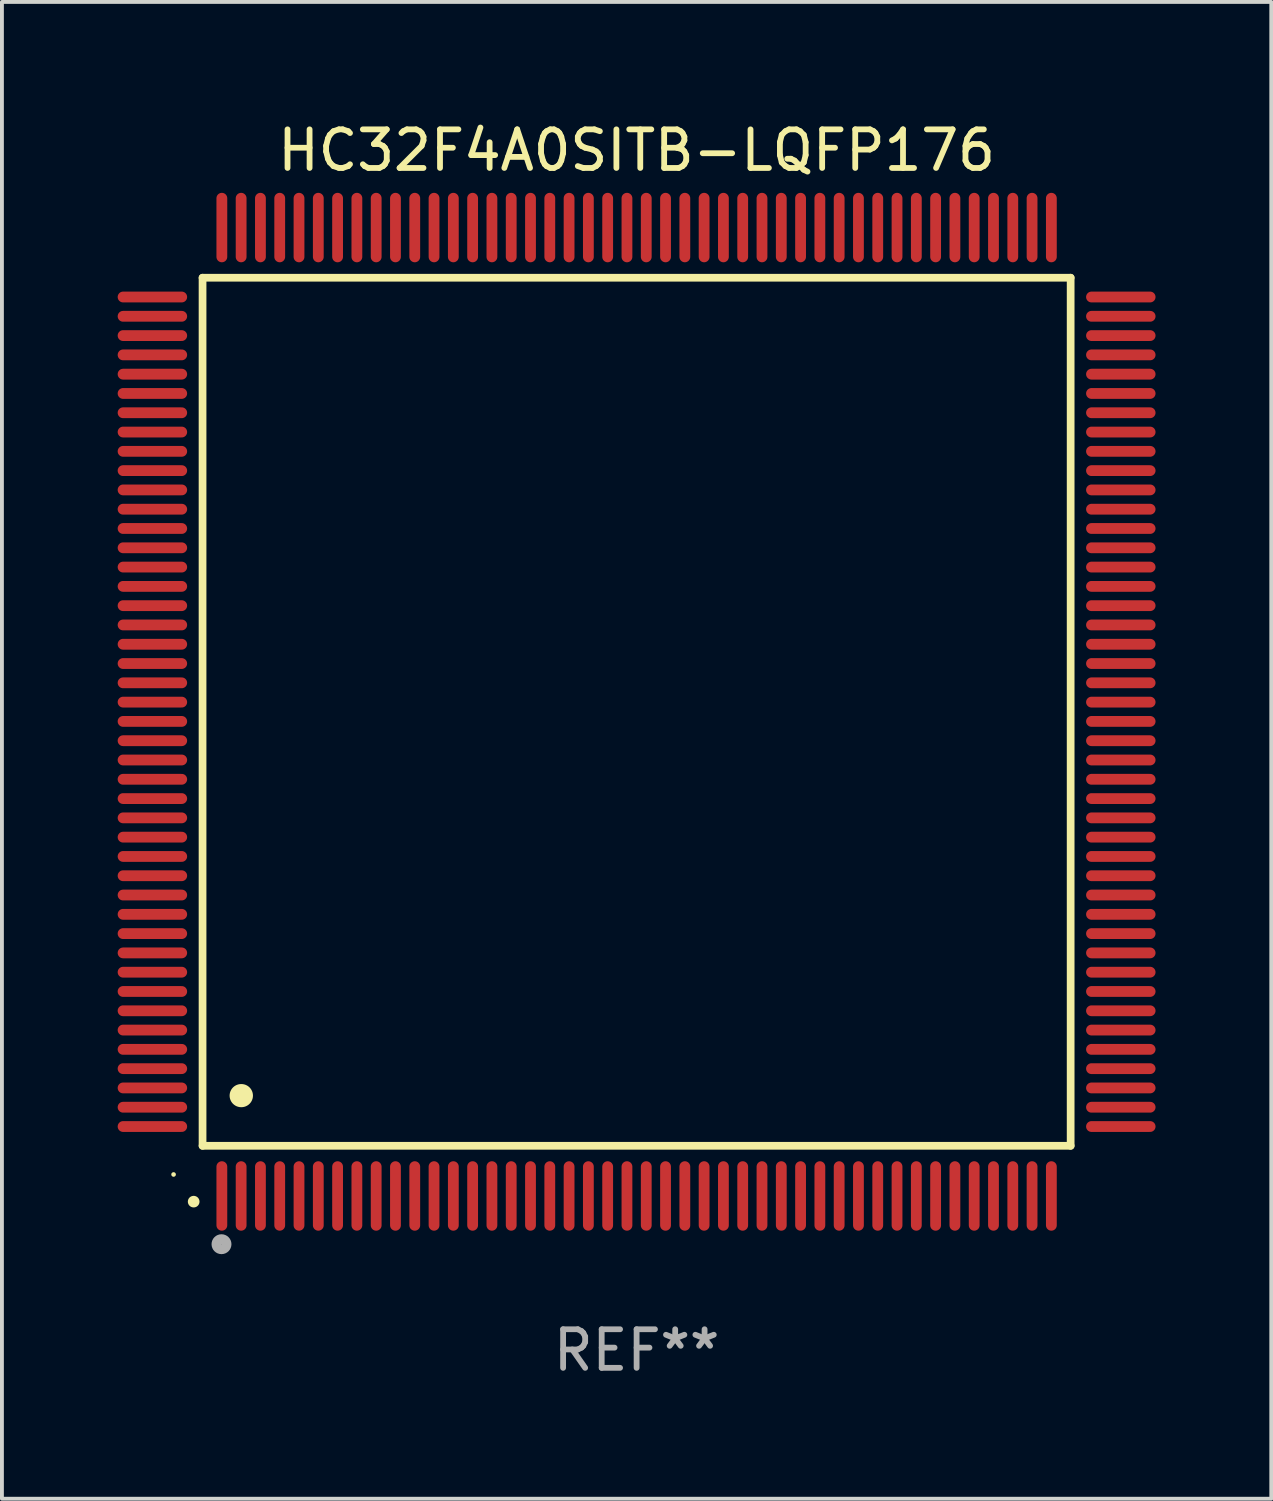
<source format=kicad_pcb>
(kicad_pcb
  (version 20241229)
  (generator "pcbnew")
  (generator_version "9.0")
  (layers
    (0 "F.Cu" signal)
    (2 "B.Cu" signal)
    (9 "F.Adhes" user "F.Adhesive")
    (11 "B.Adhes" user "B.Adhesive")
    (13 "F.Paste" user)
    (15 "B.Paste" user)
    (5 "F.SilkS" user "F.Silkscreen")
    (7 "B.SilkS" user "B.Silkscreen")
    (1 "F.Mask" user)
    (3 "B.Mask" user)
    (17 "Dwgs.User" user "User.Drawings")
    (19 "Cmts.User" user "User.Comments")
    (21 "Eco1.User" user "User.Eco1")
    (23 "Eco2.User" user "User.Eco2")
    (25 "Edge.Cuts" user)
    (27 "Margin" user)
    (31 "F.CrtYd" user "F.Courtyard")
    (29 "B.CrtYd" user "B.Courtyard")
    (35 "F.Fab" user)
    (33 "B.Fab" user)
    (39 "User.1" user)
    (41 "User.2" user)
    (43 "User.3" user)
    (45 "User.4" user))
  (footprint "HC32F4A0SITB-LQFP176"
    (layer "F.Cu")
    (at 13.45 15.398)
    (property "Reference" "HC32F4A0SITB-LQFP176" (at 0 -14.55 0) (layer "F.SilkS") (effects (font (size 1 1) (thickness 0.15))))
    (attr through_hole)
    (fp_line (start -11.25 -11.25) (end 11.25 -11.25) (stroke (width 0.2) (type solid)) (layer "F.SilkS"))
    (fp_line (start -11.25 11.25) (end -11.25 -11.25) (stroke (width 0.2) (type solid)) (layer "F.SilkS"))
    (fp_line (start 11.25 -11.25) (end 11.25 11.25) (stroke (width 0.2) (type solid)) (layer "F.SilkS"))
    (fp_line (start 11.25 11.25) (end -11.25 11.25) (stroke (width 0.2) (type solid)) (layer "F.SilkS"))
    (fp_arc (start -11.481382 12.697206) (mid -11.480112 12.697201) (end -11.478842 12.697206) (stroke (width 0.3) (type solid)) (layer "F.SilkS"))
    (fp_arc (start -10.24892 9.9492) (mid -10.24638 9.949189) (end -10.24384 9.9492) (stroke (width 0.6) (type solid)) (layer "F.SilkS"))
    (fp_circle (center -12.001 11.993) (end -11.971 11.993) (stroke (width 0.06) (type solid)) (fill no) (layer "F.SilkS"))
    (fp_circle (center -10.759 13.8) (end -10.628 13.8) (stroke (width 0.254) (type solid)) (fill no) (layer "F.Fab"))
    (fp_text user "REF**" (at 0 16.55 0) (layer "F.Fab") (effects (font (size 1 1) (thickness 0.15))))
    (pad "1" smd oval (at -10.75 12.55 180) (size 0.28 1.8) (layers "F.Cu" "F.Mask" "F.Paste"))
    (pad "2" smd oval (at -10.25 12.55 180) (size 0.28 1.8) (layers "F.Cu" "F.Mask" "F.Paste"))
    (pad "3" smd oval (at -9.75 12.55 180) (size 0.28 1.8) (layers "F.Cu" "F.Mask" "F.Paste"))
    (pad "4" smd oval (at -9.25 12.55 180) (size 0.28 1.8) (layers "F.Cu" "F.Mask" "F.Paste"))
    (pad "5" smd oval (at -8.75 12.55 180) (size 0.28 1.8) (layers "F.Cu" "F.Mask" "F.Paste"))
    (pad "6" smd oval (at -8.25 12.55 180) (size 0.28 1.8) (layers "F.Cu" "F.Mask" "F.Paste"))
    (pad "7" smd oval (at -7.75 12.55 180) (size 0.28 1.8) (layers "F.Cu" "F.Mask" "F.Paste"))
    (pad "8" smd oval (at -7.25 12.55 180) (size 0.28 1.8) (layers "F.Cu" "F.Mask" "F.Paste"))
    (pad "9" smd oval (at -6.75 12.55 180) (size 0.28 1.8) (layers "F.Cu" "F.Mask" "F.Paste"))
    (pad "10" smd oval (at -6.25 12.55 180) (size 0.28 1.8) (layers "F.Cu" "F.Mask" "F.Paste"))
    (pad "11" smd oval (at -5.75 12.55 180) (size 0.28 1.8) (layers "F.Cu" "F.Mask" "F.Paste"))
    (pad "12" smd oval (at -5.25 12.55 180) (size 0.28 1.8) (layers "F.Cu" "F.Mask" "F.Paste"))
    (pad "13" smd oval (at -4.75 12.55 180) (size 0.28 1.8) (layers "F.Cu" "F.Mask" "F.Paste"))
    (pad "14" smd oval (at -4.25 12.55 180) (size 0.28 1.8) (layers "F.Cu" "F.Mask" "F.Paste"))
    (pad "15" smd oval (at -3.75 12.55 180) (size 0.28 1.8) (layers "F.Cu" "F.Mask" "F.Paste"))
    (pad "16" smd oval (at -3.25 12.55 180) (size 0.28 1.8) (layers "F.Cu" "F.Mask" "F.Paste"))
    (pad "17" smd oval (at -2.75 12.55 180) (size 0.28 1.8) (layers "F.Cu" "F.Mask" "F.Paste"))
    (pad "18" smd oval (at -2.25 12.55 180) (size 0.28 1.8) (layers "F.Cu" "F.Mask" "F.Paste"))
    (pad "19" smd oval (at -1.75 12.55 180) (size 0.28 1.8) (layers "F.Cu" "F.Mask" "F.Paste"))
    (pad "20" smd oval (at -1.25 12.55 180) (size 0.28 1.8) (layers "F.Cu" "F.Mask" "F.Paste"))
    (pad "21" smd oval (at -0.75 12.55 180) (size 0.28 1.8) (layers "F.Cu" "F.Mask" "F.Paste"))
    (pad "22" smd oval (at -0.25 12.55 180) (size 0.28 1.8) (layers "F.Cu" "F.Mask" "F.Paste"))
    (pad "23" smd oval (at 0.25 12.55 180) (size 0.28 1.8) (layers "F.Cu" "F.Mask" "F.Paste"))
    (pad "24" smd oval (at 0.75 12.55 180) (size 0.28 1.8) (layers "F.Cu" "F.Mask" "F.Paste"))
    (pad "25" smd oval (at 1.25 12.55 180) (size 0.28 1.8) (layers "F.Cu" "F.Mask" "F.Paste"))
    (pad "26" smd oval (at 1.75 12.55 180) (size 0.28 1.8) (layers "F.Cu" "F.Mask" "F.Paste"))
    (pad "27" smd oval (at 2.25 12.55 180) (size 0.28 1.8) (layers "F.Cu" "F.Mask" "F.Paste"))
    (pad "28" smd oval (at 2.75 12.55 180) (size 0.28 1.8) (layers "F.Cu" "F.Mask" "F.Paste"))
    (pad "29" smd oval (at 3.25 12.55 180) (size 0.28 1.8) (layers "F.Cu" "F.Mask" "F.Paste"))
    (pad "30" smd oval (at 3.75 12.55 180) (size 0.28 1.8) (layers "F.Cu" "F.Mask" "F.Paste"))
    (pad "31" smd oval (at 4.25 12.55 180) (size 0.28 1.8) (layers "F.Cu" "F.Mask" "F.Paste"))
    (pad "32" smd oval (at 4.75 12.55 180) (size 0.28 1.8) (layers "F.Cu" "F.Mask" "F.Paste"))
    (pad "33" smd oval (at 5.25 12.55 180) (size 0.28 1.8) (layers "F.Cu" "F.Mask" "F.Paste"))
    (pad "34" smd oval (at 5.75 12.55 180) (size 0.28 1.8) (layers "F.Cu" "F.Mask" "F.Paste"))
    (pad "35" smd oval (at 6.25 12.55 180) (size 0.28 1.8) (layers "F.Cu" "F.Mask" "F.Paste"))
    (pad "36" smd oval (at 6.75 12.55 180) (size 0.28 1.8) (layers "F.Cu" "F.Mask" "F.Paste"))
    (pad "37" smd oval (at 7.25 12.55 180) (size 0.28 1.8) (layers "F.Cu" "F.Mask" "F.Paste"))
    (pad "38" smd oval (at 7.75 12.55 180) (size 0.28 1.8) (layers "F.Cu" "F.Mask" "F.Paste"))
    (pad "39" smd oval (at 8.25 12.55 180) (size 0.28 1.8) (layers "F.Cu" "F.Mask" "F.Paste"))
    (pad "40" smd oval (at 8.75 12.55 180) (size 0.28 1.8) (layers "F.Cu" "F.Mask" "F.Paste"))
    (pad "41" smd oval (at 9.25 12.55 180) (size 0.28 1.8) (layers "F.Cu" "F.Mask" "F.Paste"))
    (pad "42" smd oval (at 9.75 12.55 180) (size 0.28 1.8) (layers "F.Cu" "F.Mask" "F.Paste"))
    (pad "43" smd oval (at 10.25 12.55 180) (size 0.28 1.8) (layers "F.Cu" "F.Mask" "F.Paste"))
    (pad "44" smd oval (at 10.75 12.55 180) (size 0.28 1.8) (layers "F.Cu" "F.Mask" "F.Paste"))
    (pad "45" smd oval (at 12.55 10.75 90) (size 0.28 1.8) (layers "F.Cu" "F.Mask" "F.Paste"))
    (pad "46" smd oval (at 12.55 10.25 90) (size 0.28 1.8) (layers "F.Cu" "F.Mask" "F.Paste"))
    (pad "47" smd oval (at 12.55 9.75 90) (size 0.28 1.8) (layers "F.Cu" "F.Mask" "F.Paste"))
    (pad "48" smd oval (at 12.55 9.25 90) (size 0.28 1.8) (layers "F.Cu" "F.Mask" "F.Paste"))
    (pad "49" smd oval (at 12.55 8.75 90) (size 0.28 1.8) (layers "F.Cu" "F.Mask" "F.Paste"))
    (pad "50" smd oval (at 12.55 8.25 90) (size 0.28 1.8) (layers "F.Cu" "F.Mask" "F.Paste"))
    (pad "51" smd oval (at 12.55 7.75 90) (size 0.28 1.8) (layers "F.Cu" "F.Mask" "F.Paste"))
    (pad "52" smd oval (at 12.55 7.25 90) (size 0.28 1.8) (layers "F.Cu" "F.Mask" "F.Paste"))
    (pad "53" smd oval (at 12.55 6.75 90) (size 0.28 1.8) (layers "F.Cu" "F.Mask" "F.Paste"))
    (pad "54" smd oval (at 12.55 6.25 90) (size 0.28 1.8) (layers "F.Cu" "F.Mask" "F.Paste"))
    (pad "55" smd oval (at 12.55 5.75 90) (size 0.28 1.8) (layers "F.Cu" "F.Mask" "F.Paste"))
    (pad "56" smd oval (at 12.55 5.25 90) (size 0.28 1.8) (layers "F.Cu" "F.Mask" "F.Paste"))
    (pad "57" smd oval (at 12.55 4.75 90) (size 0.28 1.8) (layers "F.Cu" "F.Mask" "F.Paste"))
    (pad "58" smd oval (at 12.55 4.25 90) (size 0.28 1.8) (layers "F.Cu" "F.Mask" "F.Paste"))
    (pad "59" smd oval (at 12.55 3.75 90) (size 0.28 1.8) (layers "F.Cu" "F.Mask" "F.Paste"))
    (pad "60" smd oval (at 12.55 3.25 90) (size 0.28 1.8) (layers "F.Cu" "F.Mask" "F.Paste"))
    (pad "61" smd oval (at 12.55 2.75 90) (size 0.28 1.8) (layers "F.Cu" "F.Mask" "F.Paste"))
    (pad "62" smd oval (at 12.55 2.25 90) (size 0.28 1.8) (layers "F.Cu" "F.Mask" "F.Paste"))
    (pad "63" smd oval (at 12.55 1.75 90) (size 0.28 1.8) (layers "F.Cu" "F.Mask" "F.Paste"))
    (pad "64" smd oval (at 12.55 1.25 90) (size 0.28 1.8) (layers "F.Cu" "F.Mask" "F.Paste"))
    (pad "65" smd oval (at 12.55 0.75 90) (size 0.28 1.8) (layers "F.Cu" "F.Mask" "F.Paste"))
    (pad "66" smd oval (at 12.55 0.25 90) (size 0.28 1.8) (layers "F.Cu" "F.Mask" "F.Paste"))
    (pad "67" smd oval (at 12.55 -0.25 90) (size 0.28 1.8) (layers "F.Cu" "F.Mask" "F.Paste"))
    (pad "68" smd oval (at 12.55 -0.75 90) (size 0.28 1.8) (layers "F.Cu" "F.Mask" "F.Paste"))
    (pad "69" smd oval (at 12.55 -1.25 90) (size 0.28 1.8) (layers "F.Cu" "F.Mask" "F.Paste"))
    (pad "70" smd oval (at 12.55 -1.75 90) (size 0.28 1.8) (layers "F.Cu" "F.Mask" "F.Paste"))
    (pad "71" smd oval (at 12.55 -2.25 90) (size 0.28 1.8) (layers "F.Cu" "F.Mask" "F.Paste"))
    (pad "72" smd oval (at 12.55 -2.75 90) (size 0.28 1.8) (layers "F.Cu" "F.Mask" "F.Paste"))
    (pad "73" smd oval (at 12.55 -3.25 90) (size 0.28 1.8) (layers "F.Cu" "F.Mask" "F.Paste"))
    (pad "74" smd oval (at 12.55 -3.75 90) (size 0.28 1.8) (layers "F.Cu" "F.Mask" "F.Paste"))
    (pad "75" smd oval (at 12.55 -4.25 90) (size 0.28 1.8) (layers "F.Cu" "F.Mask" "F.Paste"))
    (pad "76" smd oval (at 12.55 -4.75 90) (size 0.28 1.8) (layers "F.Cu" "F.Mask" "F.Paste"))
    (pad "77" smd oval (at 12.55 -5.25 90) (size 0.28 1.8) (layers "F.Cu" "F.Mask" "F.Paste"))
    (pad "78" smd oval (at 12.55 -5.75 90) (size 0.28 1.8) (layers "F.Cu" "F.Mask" "F.Paste"))
    (pad "79" smd oval (at 12.55 -6.25 90) (size 0.28 1.8) (layers "F.Cu" "F.Mask" "F.Paste"))
    (pad "80" smd oval (at 12.55 -6.75 90) (size 0.28 1.8) (layers "F.Cu" "F.Mask" "F.Paste"))
    (pad "81" smd oval (at 12.55 -7.25 90) (size 0.28 1.8) (layers "F.Cu" "F.Mask" "F.Paste"))
    (pad "82" smd oval (at 12.55 -7.75 90) (size 0.28 1.8) (layers "F.Cu" "F.Mask" "F.Paste"))
    (pad "83" smd oval (at 12.55 -8.25 90) (size 0.28 1.8) (layers "F.Cu" "F.Mask" "F.Paste"))
    (pad "84" smd oval (at 12.55 -8.75 90) (size 0.28 1.8) (layers "F.Cu" "F.Mask" "F.Paste"))
    (pad "85" smd oval (at 12.55 -9.25 90) (size 0.28 1.8) (layers "F.Cu" "F.Mask" "F.Paste"))
    (pad "86" smd oval (at 12.55 -9.75 90) (size 0.28 1.8) (layers "F.Cu" "F.Mask" "F.Paste"))
    (pad "87" smd oval (at 12.55 -10.25 90) (size 0.28 1.8) (layers "F.Cu" "F.Mask" "F.Paste"))
    (pad "88" smd oval (at 12.55 -10.75 90) (size 0.28 1.8) (layers "F.Cu" "F.Mask" "F.Paste"))
    (pad "89" smd oval (at 10.75 -12.55 180) (size 0.28 1.8) (layers "F.Cu" "F.Mask" "F.Paste"))
    (pad "90" smd oval (at 10.25 -12.55 180) (size 0.28 1.8) (layers "F.Cu" "F.Mask" "F.Paste"))
    (pad "91" smd oval (at 9.75 -12.55 180) (size 0.28 1.8) (layers "F.Cu" "F.Mask" "F.Paste"))
    (pad "92" smd oval (at 9.25 -12.55 180) (size 0.28 1.8) (layers "F.Cu" "F.Mask" "F.Paste"))
    (pad "93" smd oval (at 8.75 -12.55 180) (size 0.28 1.8) (layers "F.Cu" "F.Mask" "F.Paste"))
    (pad "94" smd oval (at 8.25 -12.55 180) (size 0.28 1.8) (layers "F.Cu" "F.Mask" "F.Paste"))
    (pad "95" smd oval (at 7.75 -12.55 180) (size 0.28 1.8) (layers "F.Cu" "F.Mask" "F.Paste"))
    (pad "96" smd oval (at 7.25 -12.55 180) (size 0.28 1.8) (layers "F.Cu" "F.Mask" "F.Paste"))
    (pad "97" smd oval (at 6.75 -12.55 180) (size 0.28 1.8) (layers "F.Cu" "F.Mask" "F.Paste"))
    (pad "98" smd oval (at 6.25 -12.55 180) (size 0.28 1.8) (layers "F.Cu" "F.Mask" "F.Paste"))
    (pad "99" smd oval (at 5.75 -12.55 180) (size 0.28 1.8) (layers "F.Cu" "F.Mask" "F.Paste"))
    (pad "100" smd oval (at 5.25 -12.55 180) (size 0.28 1.8) (layers "F.Cu" "F.Mask" "F.Paste"))
    (pad "101" smd oval (at 4.75 -12.55 180) (size 0.28 1.8) (layers "F.Cu" "F.Mask" "F.Paste"))
    (pad "102" smd oval (at 4.25 -12.55 180) (size 0.28 1.8) (layers "F.Cu" "F.Mask" "F.Paste"))
    (pad "103" smd oval (at 3.75 -12.55 180) (size 0.28 1.8) (layers "F.Cu" "F.Mask" "F.Paste"))
    (pad "104" smd oval (at 3.25 -12.55 180) (size 0.28 1.8) (layers "F.Cu" "F.Mask" "F.Paste"))
    (pad "105" smd oval (at 2.75 -12.55 180) (size 0.28 1.8) (layers "F.Cu" "F.Mask" "F.Paste"))
    (pad "106" smd oval (at 2.25 -12.55 180) (size 0.28 1.8) (layers "F.Cu" "F.Mask" "F.Paste"))
    (pad "107" smd oval (at 1.75 -12.55 180) (size 0.28 1.8) (layers "F.Cu" "F.Mask" "F.Paste"))
    (pad "108" smd oval (at 1.25 -12.55 180) (size 0.28 1.8) (layers "F.Cu" "F.Mask" "F.Paste"))
    (pad "109" smd oval (at 0.75 -12.55 180) (size 0.28 1.8) (layers "F.Cu" "F.Mask" "F.Paste"))
    (pad "110" smd oval (at 0.25 -12.55 180) (size 0.28 1.8) (layers "F.Cu" "F.Mask" "F.Paste"))
    (pad "111" smd oval (at -0.25 -12.55 180) (size 0.28 1.8) (layers "F.Cu" "F.Mask" "F.Paste"))
    (pad "112" smd oval (at -0.75 -12.55 180) (size 0.28 1.8) (layers "F.Cu" "F.Mask" "F.Paste"))
    (pad "113" smd oval (at -1.25 -12.55 180) (size 0.28 1.8) (layers "F.Cu" "F.Mask" "F.Paste"))
    (pad "114" smd oval (at -1.75 -12.55 180) (size 0.28 1.8) (layers "F.Cu" "F.Mask" "F.Paste"))
    (pad "115" smd oval (at -2.25 -12.55 180) (size 0.28 1.8) (layers "F.Cu" "F.Mask" "F.Paste"))
    (pad "116" smd oval (at -2.75 -12.55 180) (size 0.28 1.8) (layers "F.Cu" "F.Mask" "F.Paste"))
    (pad "117" smd oval (at -3.25 -12.55 180) (size 0.28 1.8) (layers "F.Cu" "F.Mask" "F.Paste"))
    (pad "118" smd oval (at -3.75 -12.55 180) (size 0.28 1.8) (layers "F.Cu" "F.Mask" "F.Paste"))
    (pad "119" smd oval (at -4.25 -12.55 180) (size 0.28 1.8) (layers "F.Cu" "F.Mask" "F.Paste"))
    (pad "120" smd oval (at -4.75 -12.55 180) (size 0.28 1.8) (layers "F.Cu" "F.Mask" "F.Paste"))
    (pad "121" smd oval (at -5.25 -12.55 180) (size 0.28 1.8) (layers "F.Cu" "F.Mask" "F.Paste"))
    (pad "122" smd oval (at -5.75 -12.55 180) (size 0.28 1.8) (layers "F.Cu" "F.Mask" "F.Paste"))
    (pad "123" smd oval (at -6.25 -12.55 180) (size 0.28 1.8) (layers "F.Cu" "F.Mask" "F.Paste"))
    (pad "124" smd oval (at -6.75 -12.55 180) (size 0.28 1.8) (layers "F.Cu" "F.Mask" "F.Paste"))
    (pad "125" smd oval (at -7.25 -12.55 180) (size 0.28 1.8) (layers "F.Cu" "F.Mask" "F.Paste"))
    (pad "126" smd oval (at -7.75 -12.55 180) (size 0.28 1.8) (layers "F.Cu" "F.Mask" "F.Paste"))
    (pad "127" smd oval (at -8.25 -12.55 180) (size 0.28 1.8) (layers "F.Cu" "F.Mask" "F.Paste"))
    (pad "128" smd oval (at -8.75 -12.55 180) (size 0.28 1.8) (layers "F.Cu" "F.Mask" "F.Paste"))
    (pad "129" smd oval (at -9.25 -12.55 180) (size 0.28 1.8) (layers "F.Cu" "F.Mask" "F.Paste"))
    (pad "130" smd oval (at -9.75 -12.55 180) (size 0.28 1.8) (layers "F.Cu" "F.Mask" "F.Paste"))
    (pad "131" smd oval (at -10.25 -12.55 180) (size 0.28 1.8) (layers "F.Cu" "F.Mask" "F.Paste"))
    (pad "132" smd oval (at -10.75 -12.55 180) (size 0.28 1.8) (layers "F.Cu" "F.Mask" "F.Paste"))
    (pad "133" smd oval (at -12.55 -10.75 90) (size 0.28 1.8) (layers "F.Cu" "F.Mask" "F.Paste"))
    (pad "134" smd oval (at -12.55 -10.25 90) (size 0.28 1.8) (layers "F.Cu" "F.Mask" "F.Paste"))
    (pad "135" smd oval (at -12.55 -9.75 90) (size 0.28 1.8) (layers "F.Cu" "F.Mask" "F.Paste"))
    (pad "136" smd oval (at -12.55 -9.25 90) (size 0.28 1.8) (layers "F.Cu" "F.Mask" "F.Paste"))
    (pad "137" smd oval (at -12.55 -8.75 90) (size 0.28 1.8) (layers "F.Cu" "F.Mask" "F.Paste"))
    (pad "138" smd oval (at -12.55 -8.25 90) (size 0.28 1.8) (layers "F.Cu" "F.Mask" "F.Paste"))
    (pad "139" smd oval (at -12.55 -7.75 90) (size 0.28 1.8) (layers "F.Cu" "F.Mask" "F.Paste"))
    (pad "140" smd oval (at -12.55 -7.25 90) (size 0.28 1.8) (layers "F.Cu" "F.Mask" "F.Paste"))
    (pad "141" smd oval (at -12.55 -6.75 90) (size 0.28 1.8) (layers "F.Cu" "F.Mask" "F.Paste"))
    (pad "142" smd oval (at -12.55 -6.25 90) (size 0.28 1.8) (layers "F.Cu" "F.Mask" "F.Paste"))
    (pad "143" smd oval (at -12.55 -5.75 90) (size 0.28 1.8) (layers "F.Cu" "F.Mask" "F.Paste"))
    (pad "144" smd oval (at -12.55 -5.25 90) (size 0.28 1.8) (layers "F.Cu" "F.Mask" "F.Paste"))
    (pad "145" smd oval (at -12.55 -4.75 90) (size 0.28 1.8) (layers "F.Cu" "F.Mask" "F.Paste"))
    (pad "146" smd oval (at -12.55 -4.25 90) (size 0.28 1.8) (layers "F.Cu" "F.Mask" "F.Paste"))
    (pad "147" smd oval (at -12.55 -3.75 90) (size 0.28 1.8) (layers "F.Cu" "F.Mask" "F.Paste"))
    (pad "148" smd oval (at -12.55 -3.25 90) (size 0.28 1.8) (layers "F.Cu" "F.Mask" "F.Paste"))
    (pad "149" smd oval (at -12.55 -2.75 90) (size 0.28 1.8) (layers "F.Cu" "F.Mask" "F.Paste"))
    (pad "150" smd oval (at -12.55 -2.25 90) (size 0.28 1.8) (layers "F.Cu" "F.Mask" "F.Paste"))
    (pad "151" smd oval (at -12.55 -1.75 90) (size 0.28 1.8) (layers "F.Cu" "F.Mask" "F.Paste"))
    (pad "152" smd oval (at -12.55 -1.25 90) (size 0.28 1.8) (layers "F.Cu" "F.Mask" "F.Paste"))
    (pad "153" smd oval (at -12.55 -0.75 90) (size 0.28 1.8) (layers "F.Cu" "F.Mask" "F.Paste"))
    (pad "154" smd oval (at -12.55 -0.25 90) (size 0.28 1.8) (layers "F.Cu" "F.Mask" "F.Paste"))
    (pad "155" smd oval (at -12.55 0.25 90) (size 0.28 1.8) (layers "F.Cu" "F.Mask" "F.Paste"))
    (pad "156" smd oval (at -12.55 0.75 90) (size 0.28 1.8) (layers "F.Cu" "F.Mask" "F.Paste"))
    (pad "157" smd oval (at -12.55 1.25 90) (size 0.28 1.8) (layers "F.Cu" "F.Mask" "F.Paste"))
    (pad "158" smd oval (at -12.55 1.75 90) (size 0.28 1.8) (layers "F.Cu" "F.Mask" "F.Paste"))
    (pad "159" smd oval (at -12.55 2.25 90) (size 0.28 1.8) (layers "F.Cu" "F.Mask" "F.Paste"))
    (pad "160" smd oval (at -12.55 2.75 90) (size 0.28 1.8) (layers "F.Cu" "F.Mask" "F.Paste"))
    (pad "161" smd oval (at -12.55 3.25 90) (size 0.28 1.8) (layers "F.Cu" "F.Mask" "F.Paste"))
    (pad "162" smd oval (at -12.55 3.75 90) (size 0.28 1.8) (layers "F.Cu" "F.Mask" "F.Paste"))
    (pad "163" smd oval (at -12.55 4.25 90) (size 0.28 1.8) (layers "F.Cu" "F.Mask" "F.Paste"))
    (pad "164" smd oval (at -12.55 4.75 90) (size 0.28 1.8) (layers "F.Cu" "F.Mask" "F.Paste"))
    (pad "165" smd oval (at -12.55 5.25 90) (size 0.28 1.8) (layers "F.Cu" "F.Mask" "F.Paste"))
    (pad "166" smd oval (at -12.55 5.75 90) (size 0.28 1.8) (layers "F.Cu" "F.Mask" "F.Paste"))
    (pad "167" smd oval (at -12.55 6.25 90) (size 0.28 1.8) (layers "F.Cu" "F.Mask" "F.Paste"))
    (pad "168" smd oval (at -12.55 6.75 90) (size 0.28 1.8) (layers "F.Cu" "F.Mask" "F.Paste"))
    (pad "169" smd oval (at -12.55 7.25 90) (size 0.28 1.8) (layers "F.Cu" "F.Mask" "F.Paste"))
    (pad "170" smd oval (at -12.55 7.75 90) (size 0.28 1.8) (layers "F.Cu" "F.Mask" "F.Paste"))
    (pad "171" smd oval (at -12.55 8.25 90) (size 0.28 1.8) (layers "F.Cu" "F.Mask" "F.Paste"))
    (pad "172" smd oval (at -12.55 8.75 90) (size 0.28 1.8) (layers "F.Cu" "F.Mask" "F.Paste"))
    (pad "173" smd oval (at -12.55 9.25 90) (size 0.28 1.8) (layers "F.Cu" "F.Mask" "F.Paste"))
    (pad "174" smd oval (at -12.55 9.75 90) (size 0.28 1.8) (layers "F.Cu" "F.Mask" "F.Paste"))
    (pad "175" smd oval (at -12.55 10.25 90) (size 0.28 1.8) (layers "F.Cu" "F.Mask" "F.Paste"))
    (pad "176" smd oval (at -12.55 10.75 90) (size 0.28 1.8) (layers "F.Cu" "F.Mask" "F.Paste")))
  (gr_rect
    (start -3 -3)
    (end 29.9 35.796)
    (stroke (width 0.1) (type default))
    (fill no)
    (layer "Edge.Cuts")))
</source>
